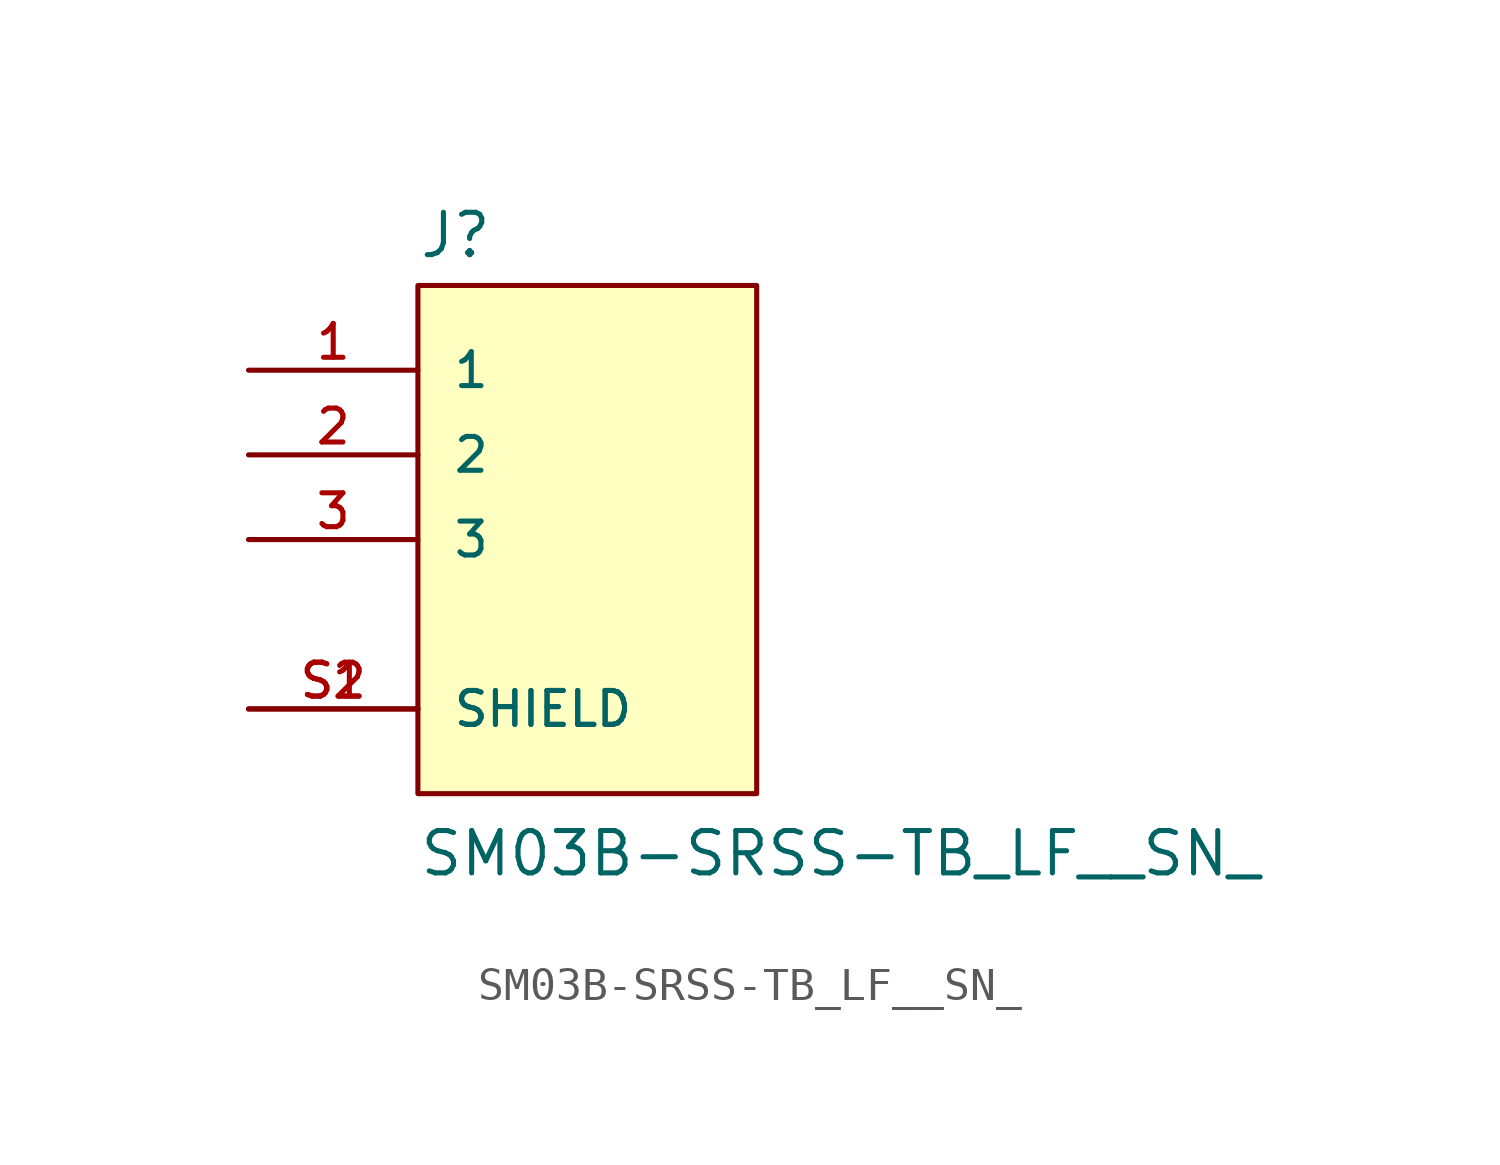
<source format=kicad_sym>
(kicad_symbol_lib
  (version 20220914)
  (generator kicad_symbol_editor)
  (symbol "SM03B-SRSS-TB_LF__SN_"
    (pin_names
      (offset 1.016))
    (property "Reference" "J"
      (at -5.08 8.382 0)
      (effects (font (size 1.27 1.27)) (justify left bottom)))
    (property "Value" "SM03B-SRSS-TB_LF__SN_"
      (at -5.08 -10.16 0)
      (effects (font (size 1.27 1.27)) (justify left bottom)))
    (symbol "SM03B-SRSS-TB_LF__SN__0_0"
      (rectangle (start -5.08 -7.62) (end 5.08 7.62) (stroke (width 0.152) (type default)) (fill (type background)))
      (pin passive line (at -10.16 5.08 0) (length 5.08) (name "1" (effects (font (size 1.016 1.016)))) (number "1" (effects (font (size 1.016 1.016)))))
      (pin passive line (at -10.16 2.54 0) (length 5.08) (name "2" (effects (font (size 1.016 1.016)))) (number "2" (effects (font (size 1.016 1.016)))))
      (pin passive line (at -10.16 0 0) (length 5.08) (name "3" (effects (font (size 1.016 1.016)))) (number "3" (effects (font (size 1.016 1.016)))))
      (pin passive line (at -10.16 -5.08 0) (length 5.08) (name "SHIELD" (effects (font (size 1.016 1.016)))) (number "S1" (effects (font (size 1.016 1.016)))))
      (pin passive line (at -10.16 -5.08 0) (length 5.08) (name "SHIELD" (effects (font (size 1.016 1.016)))) (number "S2" (effects (font (size 1.016 1.016))))))))
</source>
